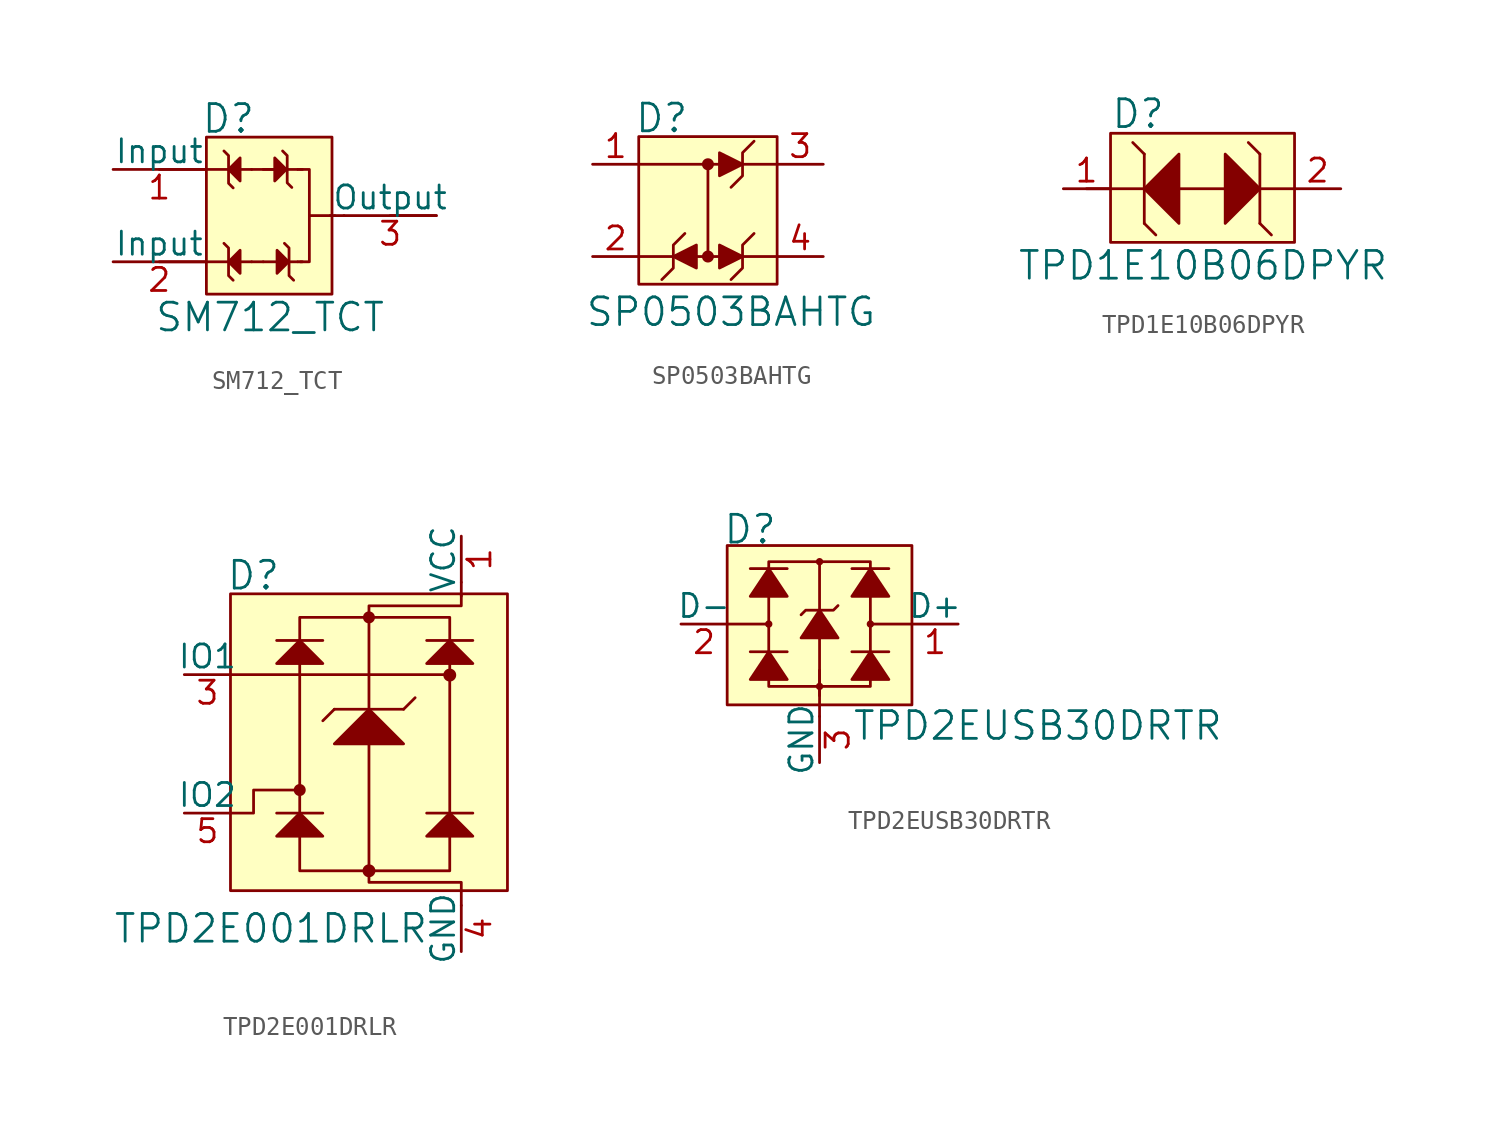
<source format=kicad_sym>
(kicad_symbol_lib
  (version 20220914)
  (generator kicad_symbol_editor)
  (symbol "SM712_TCT"
    (pin_names
      (offset 0))
    (property "Reference" "D"
      (at -4.318 5.334 0)
      (effects (font (size 1.524 1.524)) (justify left)))
    (property "Value" "SM712_TCT"
      (at -0.508 -5.588 0)
      (effects (font (size 1.524 1.524))))
    (symbol "SM712_TCT_0_1"
      (rectangle (start -4.013 4.318) (end 2.896 -4.318) (stroke (width 0) (type default)) (fill (type background)))
      (polyline (pts (xy -1.524 -2.54) (xy -6.604 -2.54)) (stroke (width 0) (type default)) (fill (type none)))
      (polyline (pts (xy -1.524 2.54) (xy -6.604 2.54)) (stroke (width 0) (type default)) (fill (type none)))
      (polyline (pts (xy -0.889 -2.54) (xy -1.524 -2.54)) (stroke (width 0) (type default)) (fill (type none)))
      (polyline (pts (xy -0.889 -2.54) (xy 1.016 -2.54)) (stroke (width 0) (type default)) (fill (type none)))
      (polyline (pts (xy -0.889 2.54) (xy 1.016 2.54)) (stroke (width 0) (type default)) (fill (type none)))
      (polyline (pts (xy -0.254 2.54) (xy -1.524 2.54)) (stroke (width 0) (type default)) (fill (type none)))
      (polyline (pts (xy 1.27 -2.54) (xy 1.016 -2.54)) (stroke (width 0) (type default)) (fill (type none)))
      (polyline (pts (xy 1.27 2.54) (xy 1.016 2.54)) (stroke (width 0) (type default)) (fill (type none)))
      (polyline (pts (xy 3.048 0) (xy 2.794 0)) (stroke (width 0) (type default)) (fill (type none)))
      (polyline (pts (xy 3.556 0) (xy 3.048 0)) (stroke (width 0) (type default)) (fill (type none)))
      (polyline (pts (xy 8.636 0) (xy 6.096 0)) (stroke (width 0) (type default)) (fill (type none)))
      (polyline (pts (xy -2.794 -2.54) (xy -2.794 -3.302) (xy -2.54 -3.556)) (stroke (width 0) (type default)) (fill (type none)))
      (polyline (pts (xy -2.794 -2.54) (xy -2.794 -1.778) (xy -3.048 -1.524)) (stroke (width 0) (type default)) (fill (type none)))
      (polyline (pts (xy -2.794 2.54) (xy -2.794 1.778) (xy -2.54 1.524)) (stroke (width 0) (type default)) (fill (type none)))
      (polyline (pts (xy -2.794 2.54) (xy -2.794 3.302) (xy -3.048 3.556)) (stroke (width 0) (type default)) (fill (type none)))
      (polyline (pts (xy 0.432 2.54) (xy 0.432 3.302) (xy 0.178 3.556)) (stroke (width 0) (type default)) (fill (type none)))
      (polyline (pts (xy 0.432 2.565) (xy 0.432 1.803) (xy 0.686 1.549)) (stroke (width 0) (type default)) (fill (type none)))
      (polyline (pts (xy 0.533 -2.54) (xy 0.533 -3.302) (xy 0.787 -3.556)) (stroke (width 0) (type default)) (fill (type none)))
      (polyline (pts (xy 0.533 -2.54) (xy 0.533 -1.778) (xy 0.279 -1.524)) (stroke (width 0) (type default)) (fill (type none)))
      (polyline (pts (xy 1.143 2.54) (xy 1.651 2.54) (xy 1.651 0)) (stroke (width 0) (type default)) (fill (type none)))
      (polyline (pts (xy -2.794 -2.54) (xy -2.159 -1.905) (xy -2.159 -3.175) (xy -2.794 -2.54)) (stroke (width 0) (type default)) (fill (type outline)))
      (polyline (pts (xy -2.794 2.54) (xy -2.159 3.175) (xy -2.159 1.905) (xy -2.794 2.54)) (stroke (width 0) (type default)) (fill (type outline)))
      (polyline (pts (xy -0.254 3.175) (xy -0.254 1.905) (xy 0.381 2.54) (xy -0.254 3.175)) (stroke (width 0) (type default)) (fill (type outline)))
      (polyline (pts (xy 1.143 -2.54) (xy 1.651 -2.54) (xy 1.651 0) (xy 2.921 0)) (stroke (width 0) (type default)) (fill (type none)))
      (polyline (pts (xy -0.127 -2.54) (xy -0.127 -1.905) (xy 0.508 -2.54) (xy -0.127 -3.175) (xy -0.127 -2.54)) (stroke (width 0) (type default)) (fill (type outline))))
    (symbol "SM712_TCT_1_1"
      (pin input line (at -9.144 2.54 0) (length 5.08) (name "Input" (effects (font (size 1.27 1.27)))) (number "1" (effects (font (size 1.27 1.27)))))
      (pin input line (at -9.144 -2.54 0) (length 5.08) (name "Input" (effects (font (size 1.27 1.27)))) (number "2" (effects (font (size 1.27 1.27)))))
      (pin output line (at 8.636 0 180) (length 5.08) (name "Output" (effects (font (size 1.27 1.27)))) (number "3" (effects (font (size 1.27 1.27)))))))
  (symbol "SP0503BAHTG"
    (pin_names
      (offset 1.016))
    (property "Reference" "D"
      (at -5.334 5.08 0)
      (effects (font (size 1.524 1.524)) (justify left)))
    (property "Value" "SP0503BAHTG"
      (at 0 -5.588 0)
      (effects (font (size 1.524 1.524))))
    (symbol "SP0503BAHTG_0_1"
      (circle (center -1.27 -2.54) (radius 0.254) (stroke (width 0) (type default)) (fill (type outline)))
      (circle (center -1.27 2.54) (radius 0.254) (stroke (width 0) (type default)) (fill (type outline)))
      (polyline (pts (xy -5.08 -2.54) (xy -3.175 -2.54)) (stroke (width 0) (type default)) (fill (type none)))
      (polyline (pts (xy -1.27 -2.54) (xy -1.27 2.54)) (stroke (width 0) (type default)) (fill (type none)))
      (polyline (pts (xy -0.635 -2.54) (xy -1.905 -2.54)) (stroke (width 0) (type default)) (fill (type none)))
      (polyline (pts (xy -0.635 2.54) (xy -5.08 2.54)) (stroke (width 0) (type default)) (fill (type none)))
      (polyline (pts (xy 0.635 -2.54) (xy 2.54 -2.54)) (stroke (width 0) (type default)) (fill (type none)))
      (polyline (pts (xy 0.635 2.54) (xy 2.54 2.54)) (stroke (width 0) (type default)) (fill (type none)))
      (polyline (pts (xy -3.175 -2.54) (xy -1.905 -1.905) (xy -1.905 -3.175) (xy -3.175 -2.54)) (stroke (width 0) (type default)) (fill (type outline)))
      (polyline (pts (xy -2.54 -1.27) (xy -3.175 -1.905) (xy -3.175 -3.175) (xy -3.81 -3.81)) (stroke (width 0) (type default)) (fill (type none)))
      (polyline (pts (xy -0.635 -1.905) (xy -0.635 -3.175) (xy 0.635 -2.54) (xy -0.635 -1.905)) (stroke (width 0) (type default)) (fill (type outline)))
      (polyline (pts (xy -0.635 3.175) (xy -0.635 1.905) (xy 0.635 2.54) (xy -0.635 3.175)) (stroke (width 0) (type default)) (fill (type outline)))
      (polyline (pts (xy 1.27 -1.27) (xy 0.635 -1.905) (xy 0.635 -3.175) (xy 0 -3.81)) (stroke (width 0) (type default)) (fill (type none)))
      (polyline (pts (xy 1.27 3.81) (xy 0.635 3.175) (xy 0.635 1.905) (xy 0 1.27)) (stroke (width 0) (type default)) (fill (type none)))
      (rectangle (start 2.54 4.064) (end -5.08 -4.064) (stroke (width 0) (type default)) (fill (type background))))
    (symbol "SP0503BAHTG_1_1"
      (pin passive line (at -7.62 2.54 0) (length 2.54) (name "~" (effects (font (size 1.27 1.27)))) (number "1" (effects (font (size 1.27 1.27)))))
      (pin passive line (at -7.62 -2.54 0) (length 2.54) (name "~" (effects (font (size 1.27 1.27)))) (number "2" (effects (font (size 1.27 1.27)))))
      (pin passive line (at 5.08 2.54 180) (length 2.54) (name "~" (effects (font (size 1.27 1.27)))) (number "3" (effects (font (size 1.27 1.27)))))
      (pin passive line (at 5.08 -2.54 180) (length 2.54) (name "~" (effects (font (size 1.27 1.27)))) (number "4" (effects (font (size 1.27 1.27)))))))
  (symbol "TPD1E10B06DPYR"
    (pin_names
      (offset 1.016))
    (property "Reference" "D"
      (at -5.029 4.115 0)
      (effects (font (size 1.524 1.524)) (justify left)))
    (property "Value" "TPD1E10B06DPYR"
      (at 0.051 -4.216 0)
      (effects (font (size 1.524 1.524))))
    (symbol "TPD1E10B06DPYR_0_1"
      (rectangle (start -5.029 3.048) (end 5.08 -2.946) (stroke (width 0) (type default)) (fill (type background)))
      (polyline (pts (xy -3.175 -1.905) (xy -2.54 -2.54)) (stroke (width 0) (type default)) (fill (type none)))
      (polyline (pts (xy -3.175 0) (xy -6.35 0)) (stroke (width 0) (type default)) (fill (type none)))
      (polyline (pts (xy -3.175 1.905) (xy -3.81 2.54)) (stroke (width 0) (type default)) (fill (type none)))
      (polyline (pts (xy -3.175 1.905) (xy -3.175 -1.905)) (stroke (width 0) (type default)) (fill (type none)))
      (polyline (pts (xy 2.54 0) (xy -2.54 0)) (stroke (width 0) (type default)) (fill (type none)))
      (polyline (pts (xy 2.54 0) (xy 5.08 0)) (stroke (width 0) (type default)) (fill (type none)))
      (polyline (pts (xy 3.175 -1.905) (xy 3.81 -2.54)) (stroke (width 0) (type default)) (fill (type none)))
      (polyline (pts (xy 3.175 1.905) (xy 2.54 2.54)) (stroke (width 0) (type default)) (fill (type none)))
      (polyline (pts (xy 3.175 1.905) (xy 3.175 -1.905)) (stroke (width 0) (type default)) (fill (type none)))
      (polyline (pts (xy -1.27 -1.905) (xy -1.27 1.905) (xy -3.175 0) (xy -1.27 -1.905)) (stroke (width 0) (type default)) (fill (type outline)))
      (polyline (pts (xy 1.27 1.905) (xy 1.27 -1.905) (xy 3.175 0) (xy 1.27 1.905)) (stroke (width 0) (type default)) (fill (type outline))))
    (symbol "TPD1E10B06DPYR_1_1"
      (pin passive line (at -7.62 0 0) (length 2.54) (name "~" (effects (font (size 1.27 1.27)))) (number "1" (effects (font (size 1.27 1.27)))))
      (pin passive line (at 7.62 0 180) (length 2.54) (name "~" (effects (font (size 1.27 1.27)))) (number "2" (effects (font (size 1.27 1.27)))))))
  (symbol "TPD2E001DRLR"
    (pin_names
      (offset 0))
    (property "Reference" "D"
      (at -7.874 8.001 0)
      (effects (font (size 1.524 1.524)) (justify left)))
    (property "Value" "TPD2E001DRLR"
      (at 3.302 -11.43 0)
      (effects (font (size 1.524 1.524)) (justify right)))
    (symbol "TPD2E001DRLR_0_1"
      (rectangle (start -7.62 6.985) (end 7.62 -9.347) (stroke (width 0) (type default)) (fill (type background)))
      (circle (center -3.81 -3.81) (radius 0.254) (stroke (width 0) (type default)) (fill (type outline)))
      (circle (center 0 -8.255) (radius 0.279) (stroke (width 0) (type default)) (fill (type outline)))
      (polyline (pts (xy -5.08 -5.08) (xy -2.54 -5.08)) (stroke (width 0) (type default)) (fill (type none)))
      (polyline (pts (xy -5.08 4.42) (xy -2.54 4.42)) (stroke (width 0) (type default)) (fill (type none)))
      (polyline (pts (xy -3.81 -5.74) (xy -3.81 3.15)) (stroke (width 0) (type default)) (fill (type none)))
      (polyline (pts (xy -1.905 0.635) (xy -2.54 0)) (stroke (width 0) (type default)) (fill (type none)))
      (polyline (pts (xy -1.905 0.635) (xy 1.905 0.635)) (stroke (width 0) (type default)) (fill (type none)))
      (polyline (pts (xy 0 -8.255) (xy 0 -1.27)) (stroke (width 0) (type default)) (fill (type none)))
      (polyline (pts (xy 0 -0.025) (xy 0 5.69)) (stroke (width 0) (type default)) (fill (type none)))
      (polyline (pts (xy 1.905 0.635) (xy 2.54 1.27)) (stroke (width 0) (type default)) (fill (type none)))
      (polyline (pts (xy 3.175 -5.08) (xy 5.715 -5.08)) (stroke (width 0) (type default)) (fill (type none)))
      (polyline (pts (xy 3.175 4.42) (xy 5.715 4.42)) (stroke (width 0) (type default)) (fill (type none)))
      (polyline (pts (xy 4.445 -5.74) (xy 4.445 3.15)) (stroke (width 0) (type default)) (fill (type none)))
      (polyline (pts (xy 4.445 2.54) (xy -7.62 2.54)) (stroke (width 0) (type default)) (fill (type none)))
      (polyline (pts (xy 5.08 7.62) (xy 5.08 6.858)) (stroke (width 0) (type default)) (fill (type none)))
      (polyline (pts (xy -5.08 -6.35) (xy -2.54 -6.35) (xy -3.81 -5.08) (xy -5.08 -6.35)) (stroke (width 0) (type default)) (fill (type outline)))
      (polyline (pts (xy -5.08 3.15) (xy -2.54 3.15) (xy -3.81 4.42) (xy -5.08 3.15)) (stroke (width 0) (type default)) (fill (type outline)))
      (polyline (pts (xy -3.81 -3.81) (xy -6.35 -3.81) (xy -6.35 -5.08) (xy -7.62 -5.08)) (stroke (width 0) (type default)) (fill (type none)))
      (polyline (pts (xy -1.905 -1.27) (xy 1.905 -1.27) (xy 0 0.635) (xy -1.905 -1.27)) (stroke (width 0) (type default)) (fill (type outline)))
      (polyline (pts (xy 0 -8.255) (xy 0 -8.89) (xy 5.08 -8.89) (xy 5.08 -10.16)) (stroke (width 0) (type default)) (fill (type none)))
      (polyline (pts (xy 0 5.69) (xy 0 6.325) (xy 5.08 6.325) (xy 5.08 6.96)) (stroke (width 0) (type default)) (fill (type none)))
      (polyline (pts (xy 3.175 -6.35) (xy 5.715 -6.35) (xy 4.445 -5.08) (xy 3.175 -6.35)) (stroke (width 0) (type default)) (fill (type outline)))
      (polyline (pts (xy 3.175 3.15) (xy 5.715 3.15) (xy 4.445 4.42) (xy 3.175 3.15)) (stroke (width 0) (type default)) (fill (type outline)))
      (polyline (pts (xy 4.445 -6.35) (xy 4.445 -8.255) (xy -3.81 -8.255) (xy -3.81 -6.35)) (stroke (width 0) (type default)) (fill (type none)))
      (polyline (pts (xy 4.445 4.42) (xy 4.445 5.69) (xy -3.81 5.69) (xy -3.81 4.42)) (stroke (width 0) (type default)) (fill (type none)))
      (circle (center 0 5.69) (radius 0.254) (stroke (width 0) (type default)) (fill (type outline)))
      (circle (center 4.445 2.515) (radius 0.279) (stroke (width 0) (type default)) (fill (type outline))))
    (symbol "TPD2E001DRLR_1_1"
      (pin power_in line (at 5.08 10.16 270) (length 2.54) (name "VCC" (effects (font (size 1.27 1.27)))) (number "1" (effects (font (size 1.27 1.27)))))
      (pin bidirectional line (at -2.54 -10.16 90) (length 2.54) hide (name "N.C." (effects (font (size 1.27 1.27)))) (number "2" (effects (font (size 1.27 1.27)))))
      (pin passive line (at -10.16 2.54 0) (length 2.54) (name "IO1" (effects (font (size 1.27 1.27)))) (number "3" (effects (font (size 1.27 1.27)))))
      (pin power_in line (at 5.08 -12.7 90) (length 2.54) (name "GND" (effects (font (size 1.27 1.27)))) (number "4" (effects (font (size 1.27 1.27)))))
      (pin passive line (at -10.16 -5.08 0) (length 2.54) (name "IO2" (effects (font (size 1.27 1.27)))) (number "5" (effects (font (size 1.27 1.27)))))))
  (symbol "TPD2EUSB30DRTR"
    (pin_names
      (offset 0))
    (property "Reference" "D"
      (at -5.334 5.207 0)
      (effects (font (size 1.524 1.524)) (justify left)))
    (property "Value" "TPD2EUSB30DRTR"
      (at 1.778 -5.588 0)
      (effects (font (size 1.524 1.524)) (justify left)))
    (symbol "TPD2EUSB30DRTR_1_1"
      (rectangle (start -5.08 4.318) (end 5.08 -4.445) (stroke (width 0) (type default)) (fill (type background)))
      (circle (center -2.794 0) (radius 0.127) (stroke (width 0) (type default)) (fill (type none)))
      (circle (center 0 -3.429) (radius 0.127) (stroke (width 0) (type default)) (fill (type none)))
      (polyline (pts (xy -5.08 0) (xy -2.794 0)) (stroke (width 0) (type default)) (fill (type none)))
      (polyline (pts (xy -2.794 -1.524) (xy -3.81 -1.524)) (stroke (width 0) (type default)) (fill (type none)))
      (polyline (pts (xy -2.794 -1.524) (xy -1.778 -1.524)) (stroke (width 0) (type default)) (fill (type none)))
      (polyline (pts (xy -2.794 3.048) (xy -3.81 3.048)) (stroke (width 0) (type default)) (fill (type none)))
      (polyline (pts (xy -2.794 3.048) (xy -1.778 3.048)) (stroke (width 0) (type default)) (fill (type none)))
      (polyline (pts (xy 0 -5.08) (xy 0 -2.54)) (stroke (width 0) (type default)) (fill (type none)))
      (polyline (pts (xy 0 -0.762) (xy 0 -3.937)) (stroke (width 0) (type default)) (fill (type none)))
      (polyline (pts (xy 0 0.762) (xy 0 3.429)) (stroke (width 0) (type default)) (fill (type none)))
      (polyline (pts (xy 2.794 -1.524) (xy 1.778 -1.524)) (stroke (width 0) (type default)) (fill (type none)))
      (polyline (pts (xy 2.794 -1.524) (xy 3.81 -1.524)) (stroke (width 0) (type default)) (fill (type none)))
      (polyline (pts (xy 2.794 3.048) (xy 1.778 3.048)) (stroke (width 0) (type default)) (fill (type none)))
      (polyline (pts (xy 2.794 3.048) (xy 3.81 3.048)) (stroke (width 0) (type default)) (fill (type none)))
      (polyline (pts (xy 5.08 0) (xy 2.794 0)) (stroke (width 0) (type default)) (fill (type none)))
      (polyline (pts (xy 0 0.762) (xy -0.762 0.762) (xy -1.016 0.508)) (stroke (width 0) (type default)) (fill (type none)))
      (polyline (pts (xy 0 0.762) (xy 0.762 0.762) (xy 1.016 1.016)) (stroke (width 0) (type default)) (fill (type none)))
      (polyline (pts (xy -2.794 -1.524) (xy -3.81 -3.048) (xy -1.778 -3.048) (xy -2.794 -1.524)) (stroke (width 0) (type default)) (fill (type outline)))
      (polyline (pts (xy -2.794 3.048) (xy -3.81 1.524) (xy -1.778 1.524) (xy -2.794 3.048)) (stroke (width 0) (type default)) (fill (type outline)))
      (polyline (pts (xy -2.794 3.048) (xy -2.794 3.429) (xy 2.794 3.429) (xy 2.794 3.048)) (stroke (width 0) (type default)) (fill (type none)))
      (polyline (pts (xy 0 0.762) (xy -1.016 -0.762) (xy 1.016 -0.762) (xy 0 0.762)) (stroke (width 0) (type default)) (fill (type outline)))
      (polyline (pts (xy 2.794 -1.524) (xy 1.778 -3.048) (xy 3.81 -3.048) (xy 2.794 -1.524)) (stroke (width 0) (type default)) (fill (type outline)))
      (polyline (pts (xy 2.794 3.048) (xy 1.778 1.524) (xy 3.81 1.524) (xy 2.794 3.048)) (stroke (width 0) (type default)) (fill (type outline)))
      (polyline (pts (xy 2.794 3.048) (xy 2.794 -3.429) (xy -2.794 -3.429) (xy -2.794 3.048)) (stroke (width 0) (type default)) (fill (type none)))
      (circle (center 0 3.429) (radius 0.127) (stroke (width 0) (type default)) (fill (type none)))
      (circle (center 2.794 0) (radius 0.127) (stroke (width 0) (type default)) (fill (type none)))
      (pin passive line (at 7.62 0 180) (length 2.54) (name "D+" (effects (font (size 1.27 1.27)))) (number "1" (effects (font (size 1.27 1.27)))))
      (pin passive line (at -7.62 0 0) (length 2.54) (name "D-" (effects (font (size 1.27 1.27)))) (number "2" (effects (font (size 1.27 1.27)))))
      (pin power_in line (at 0 -7.62 90) (length 2.54) (name "GND" (effects (font (size 1.27 1.27)))) (number "3" (effects (font (size 1.27 1.27))))))))
</source>
